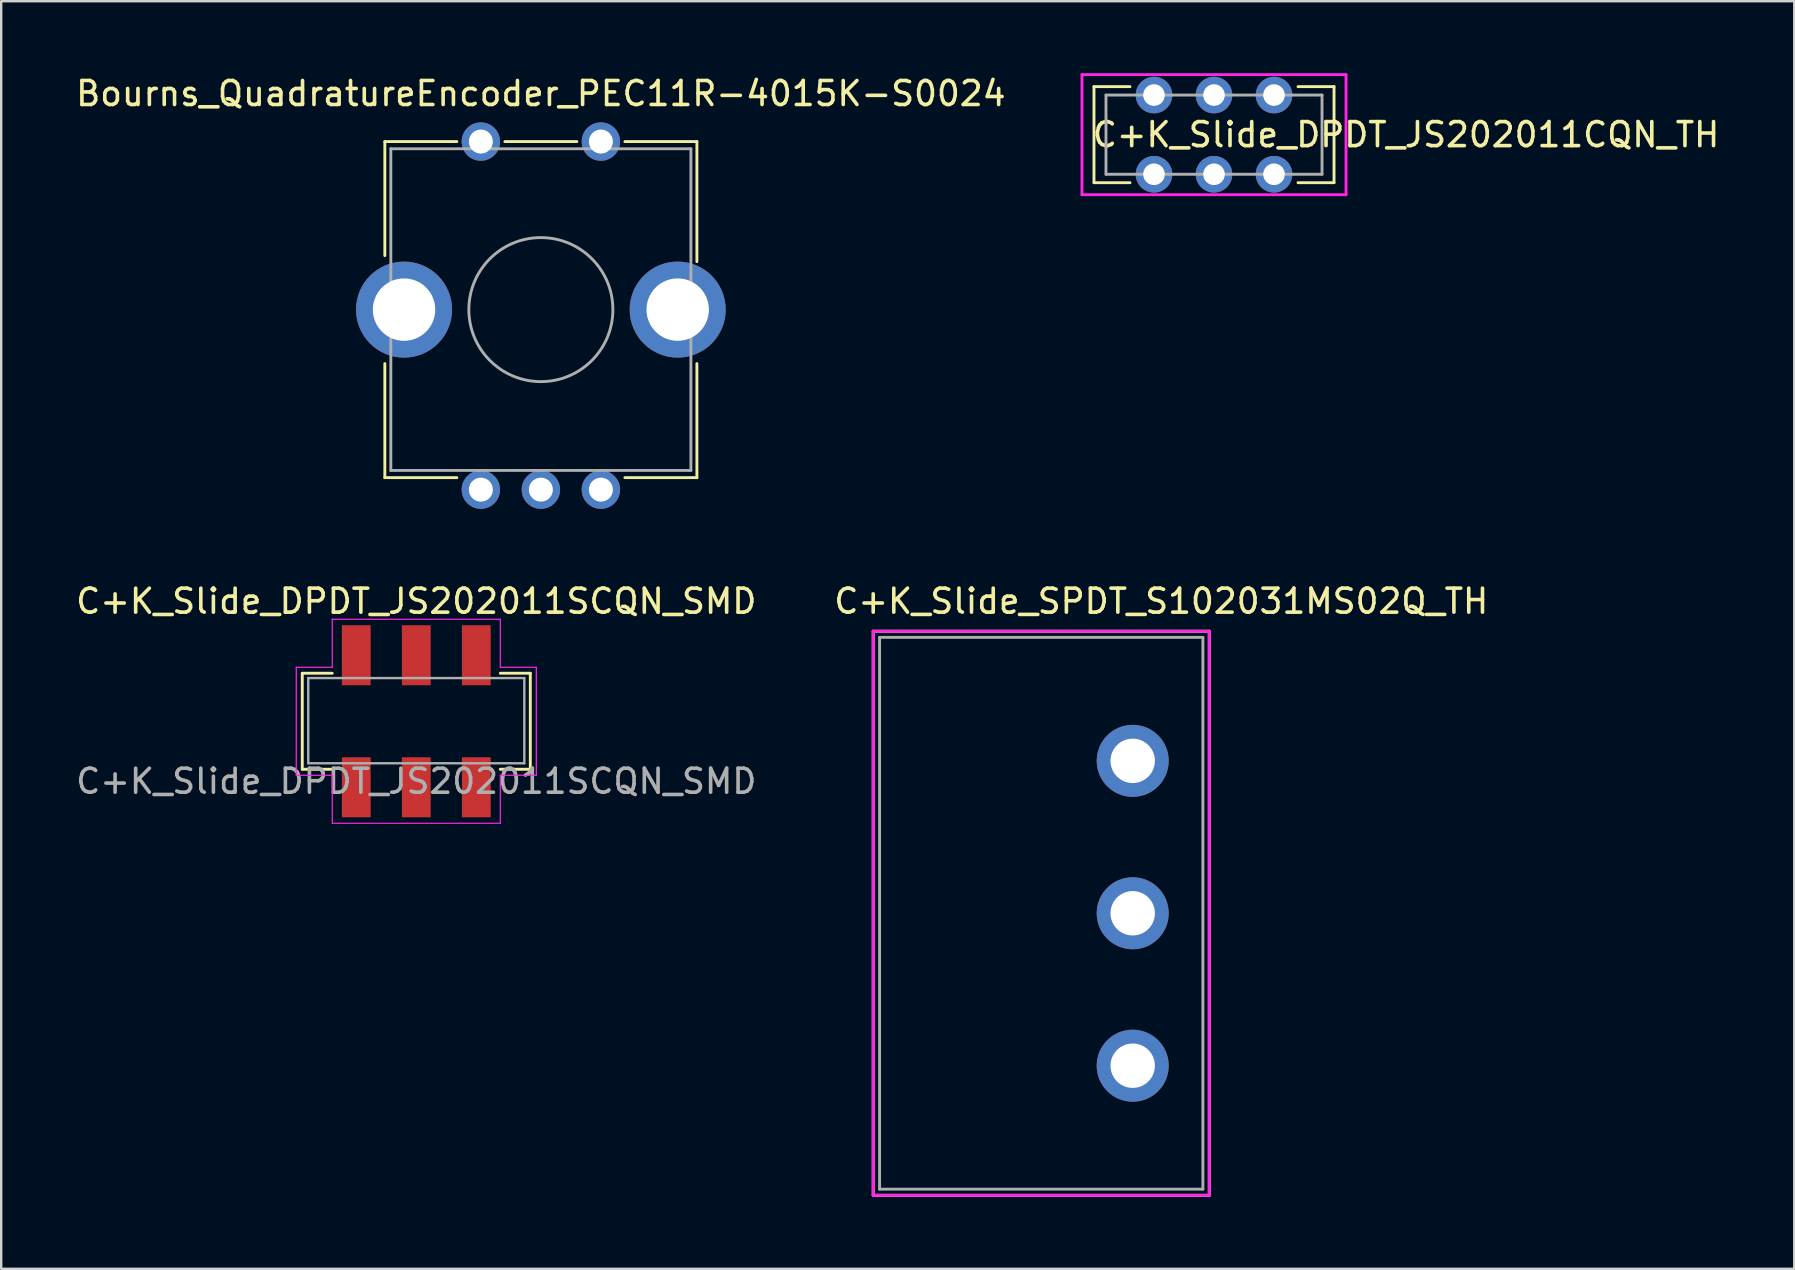
<source format=kicad_pcb>
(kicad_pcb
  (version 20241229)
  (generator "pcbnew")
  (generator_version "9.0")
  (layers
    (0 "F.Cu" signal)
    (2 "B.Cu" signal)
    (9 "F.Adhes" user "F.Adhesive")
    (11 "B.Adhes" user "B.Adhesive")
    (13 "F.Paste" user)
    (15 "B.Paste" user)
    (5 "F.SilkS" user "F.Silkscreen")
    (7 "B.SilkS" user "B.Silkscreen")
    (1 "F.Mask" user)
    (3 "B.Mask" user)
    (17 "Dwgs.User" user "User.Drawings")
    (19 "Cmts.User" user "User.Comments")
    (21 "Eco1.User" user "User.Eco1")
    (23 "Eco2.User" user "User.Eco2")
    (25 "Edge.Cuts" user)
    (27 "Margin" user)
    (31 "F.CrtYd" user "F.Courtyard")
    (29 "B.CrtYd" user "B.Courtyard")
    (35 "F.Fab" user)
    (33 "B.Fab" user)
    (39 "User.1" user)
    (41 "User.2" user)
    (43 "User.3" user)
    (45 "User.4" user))
  (footprint "C+K_Slide_SPDT_S102031MS02Q_TH"
    (layer "F.Cu")
    (at 40.327 34.996)
    (property "Reference" "C+K_Slide_SPDT_S102031MS02Q_TH" (at 5 -13 0) (layer "F.SilkS") (effects (font (size 1 1) (thickness 0.15))))
    (attr through_hole)
    (fp_line (start -7 -11.75) (end -7 11.75) (stroke (width 0.12) (type solid)) (layer "F.SilkS"))
    (fp_line (start -7 11.75) (end 7 11.75) (stroke (width 0.12) (type solid)) (layer "F.SilkS"))
    (fp_line (start 7 -11.75) (end -7 -11.75) (stroke (width 0.12) (type solid)) (layer "F.SilkS"))
    (fp_line (start 7 11.75) (end 7 -11.75) (stroke (width 0.12) (type solid)) (layer "F.SilkS"))
    (fp_line (start -7 -11.75) (end 7 -11.75) (stroke (width 0.12) (type solid)) (layer "F.CrtYd"))
    (fp_line (start -7 11.75) (end -7 -11.75) (stroke (width 0.12) (type solid)) (layer "F.CrtYd"))
    (fp_line (start 7 -11.75) (end 7 11.75) (stroke (width 0.12) (type solid)) (layer "F.CrtYd"))
    (fp_line (start 7 11.75) (end -7 11.75) (stroke (width 0.12) (type solid)) (layer "F.CrtYd"))
    (fp_line (start -6.734 -11.493) (end -6.734 11.493) (stroke (width 0.12) (type solid)) (layer "F.Fab"))
    (fp_line (start -6.734 11.493) (end 6.734 11.493) (stroke (width 0.12) (type solid)) (layer "F.Fab"))
    (fp_line (start 6.734 -11.493) (end -6.734 -11.493) (stroke (width 0.12) (type solid)) (layer "F.Fab"))
    (fp_line (start 6.734 11.493) (end 6.734 -11.493) (stroke (width 0.12) (type solid)) (layer "F.Fab"))
    (pad "1" thru_hole circle (at 3.81 -6.35) (size 3 3) (drill 1.85) (layers "*.Cu" "*.Mask"))
    (pad "2" thru_hole circle (at 3.81 0) (size 3 3) (drill 1.85) (layers "*.Cu" "*.Mask"))
    (pad "3" thru_hole circle (at 3.81 6.35) (size 3 3) (drill 1.85) (layers "*.Cu" "*.Mask")))
  (footprint "C+K_Slide_DPDT_JS202011CQN_TH"
    (layer "F.Cu")
    (at 47.524 2.56)
    (property "Reference" "C+K_Slide_DPDT_JS202011CQN_TH" (at 8 0 0) (layer "F.SilkS") (effects (font (size 1 1) (thickness 0.15))))
    (attr through_hole)
    (fp_line (start -5 -2) (end -5 2) (stroke (width 0.12) (type solid)) (layer "F.SilkS"))
    (fp_line (start -5 2) (end -3.5 2) (stroke (width 0.12) (type solid)) (layer "F.SilkS"))
    (fp_line (start -3.5 -2) (end -5 -2) (stroke (width 0.12) (type solid)) (layer "F.SilkS"))
    (fp_line (start 3.5 -2) (end 5 -2) (stroke (width 0.12) (type solid)) (layer "F.SilkS"))
    (fp_line (start 5 -2) (end 5 2) (stroke (width 0.12) (type solid)) (layer "F.SilkS"))
    (fp_line (start 5 2) (end 3.5 2) (stroke (width 0.12) (type solid)) (layer "F.SilkS"))
    (fp_line (start -5.5 -2.5) (end 5.5 -2.5) (stroke (width 0.12) (type solid)) (layer "F.CrtYd"))
    (fp_line (start -5.5 2.5) (end -5.5 -2.5) (stroke (width 0.12) (type solid)) (layer "F.CrtYd"))
    (fp_line (start 5.5 -2.5) (end 5.5 2.5) (stroke (width 0.12) (type solid)) (layer "F.CrtYd"))
    (fp_line (start 5.5 2.5) (end -5.5 2.5) (stroke (width 0.12) (type solid)) (layer "F.CrtYd"))
    (fp_line (start -4.5 -1.65) (end 4.5 -1.65) (stroke (width 0.12) (type solid)) (layer "F.Fab"))
    (fp_line (start -4.5 1.65) (end -4.5 -1.65) (stroke (width 0.12) (type solid)) (layer "F.Fab"))
    (fp_line (start 4.5 -1.65) (end 4.5 1.65) (stroke (width 0.12) (type solid)) (layer "F.Fab"))
    (fp_line (start 4.5 1.65) (end -4.5 1.65) (stroke (width 0.12) (type solid)) (layer "F.Fab"))
    (pad "1" thru_hole circle (at -2.5 1.65) (size 1.524 1.524) (drill 0.9) (layers "*.Cu" "*.Mask"))
    (pad "2" thru_hole circle (at 0 1.65) (size 1.524 1.524) (drill 0.9) (layers "*.Cu" "*.Mask"))
    (pad "3" thru_hole circle (at 2.5 1.65) (size 1.524 1.524) (drill 0.9) (layers "*.Cu" "*.Mask"))
    (pad "4" thru_hole circle (at -2.5 -1.65) (size 1.524 1.524) (drill 0.9) (layers "*.Cu" "*.Mask"))
    (pad "5" thru_hole circle (at 0 -1.65) (size 1.524 1.524) (drill 0.9) (layers "*.Cu" "*.Mask"))
    (pad "6" thru_hole circle (at 2.5 -1.65) (size 1.524 1.524) (drill 0.9) (layers "*.Cu" "*.Mask")))
  (footprint "C+K_Slide_DPDT_JS202011SCQN_SMD"
    (layer "F.Cu")
    (at 14.292 26.997)
    (property "Reference" "C+K_Slide_DPDT_JS202011SCQN_SMD" (at 0 -5 0) (unlocked yes) (layer "F.SilkS") (effects (font (size 1 1) (thickness 0.15))))
    (attr smd)
    (fp_line (start -4.75 -2) (end -4.75 2) (stroke (width 0.12) (type default)) (layer "F.SilkS"))
    (fp_line (start -4.75 2) (end -3.5 2) (stroke (width 0.12) (type default)) (layer "F.SilkS"))
    (fp_line (start -3.5 -2) (end -4.75 -2) (stroke (width 0.12) (type default)) (layer "F.SilkS"))
    (fp_line (start 3.5 -2) (end 4.75 -2) (stroke (width 0.12) (type default)) (layer "F.SilkS"))
    (fp_line (start 4.75 -2) (end 4.75 2) (stroke (width 0.12) (type default)) (layer "F.SilkS"))
    (fp_line (start 4.75 2) (end 3.5 2) (stroke (width 0.12) (type default)) (layer "F.SilkS"))
    (fp_line (start -5 -2.25) (end -3.5 -2.25) (stroke (width 0.05) (type default)) (layer "F.CrtYd"))
    (fp_line (start -5 2.25) (end -5 -2.25) (stroke (width 0.05) (type default)) (layer "F.CrtYd"))
    (fp_line (start -3.5 -4.25) (end 3.5 -4.25) (stroke (width 0.05) (type default)) (layer "F.CrtYd"))
    (fp_line (start -3.5 -2.25) (end -3.5 -4.25) (stroke (width 0.05) (type default)) (layer "F.CrtYd"))
    (fp_line (start -3.5 2.25) (end -5 2.25) (stroke (width 0.05) (type default)) (layer "F.CrtYd"))
    (fp_line (start -3.5 4.25) (end -3.5 2.25) (stroke (width 0.05) (type default)) (layer "F.CrtYd"))
    (fp_line (start 3.5 -4.25) (end 3.5 -2.25) (stroke (width 0.05) (type default)) (layer "F.CrtYd"))
    (fp_line (start 3.5 -2.25) (end 5 -2.25) (stroke (width 0.05) (type default)) (layer "F.CrtYd"))
    (fp_line (start 3.5 2.25) (end 3.5 4.25) (stroke (width 0.05) (type default)) (layer "F.CrtYd"))
    (fp_line (start 3.5 4.25) (end -3.5 4.25) (stroke (width 0.05) (type default)) (layer "F.CrtYd"))
    (fp_line (start 5 -2.25) (end 5 2.25) (stroke (width 0.05) (type default)) (layer "F.CrtYd"))
    (fp_line (start 5 2.25) (end 3.5 2.25) (stroke (width 0.05) (type default)) (layer "F.CrtYd"))
    (fp_line (start -4.5 -1.8) (end -4.5 1.75) (stroke (width 0.1) (type default)) (layer "F.Fab"))
    (fp_line (start -4.5 -1.8) (end 4.5 -1.8) (stroke (width 0.1) (type default)) (layer "F.Fab"))
    (fp_line (start -4.5 1.75) (end 4.5 1.75) (stroke (width 0.1) (type default)) (layer "F.Fab"))
    (fp_line (start 4.5 -1.8) (end 4.5 1.75) (stroke (width 0.1) (type default)) (layer "F.Fab"))
    (fp_text user "${REFERENCE}" (at 0 2.5 0) (unlocked yes) (layer "F.Fab") (effects (font (size 1 1) (thickness 0.15))))
    (pad "1" smd rect (at -2.5 2.75) (size 1.2 2.5) (layers "F.Cu" "F.Mask" "F.Paste"))
    (pad "2" smd rect (at 0 2.75) (size 1.2 2.5) (layers "F.Cu" "F.Mask" "F.Paste"))
    (pad "3" smd rect (at 2.5 2.75) (size 1.2 2.5) (layers "F.Cu" "F.Mask" "F.Paste"))
    (pad "4" smd rect (at -2.5 -2.75) (size 1.2 2.5) (layers "F.Cu" "F.Mask" "F.Paste"))
    (pad "5" smd rect (at 0 -2.75) (size 1.2 2.5) (layers "F.Cu" "F.Mask" "F.Paste"))
    (pad "6" smd rect (at 2.5 -2.75) (size 1.2 2.5) (layers "F.Cu" "F.Mask" "F.Paste")))
  (footprint "Bourns_QuadratureEncoder_PEC11R-4015K-S0024"
    (layer "F.Cu")
    (at 19.482 9.848)
    (property "Reference" "Bourns_QuadratureEncoder_PEC11R-4015K-S0024" (at 0 -9 0) (layer "F.SilkS") (effects (font (size 1 1) (thickness 0.15))))
    (attr through_hole)
    (fp_line (start -6.5 -7) (end -3.5 -7) (stroke (width 0.12) (type solid)) (layer "F.SilkS"))
    (fp_line (start -6.5 -2.25) (end -6.5 -7) (stroke (width 0.12) (type solid)) (layer "F.SilkS"))
    (fp_line (start -6.5 2.25) (end -6.5 7) (stroke (width 0.12) (type solid)) (layer "F.SilkS"))
    (fp_line (start -6.5 7) (end -3.5 7) (stroke (width 0.12) (type solid)) (layer "F.SilkS"))
    (fp_line (start -1.5 -7) (end 1.5 -7) (stroke (width 0.12) (type solid)) (layer "F.SilkS"))
    (fp_line (start 3.5 -7) (end 6.5 -7) (stroke (width 0.12) (type solid)) (layer "F.SilkS"))
    (fp_line (start 3.5 7) (end 6.5 7) (stroke (width 0.12) (type solid)) (layer "F.SilkS"))
    (fp_line (start 6.5 -7) (end 6.5 -2) (stroke (width 0.12) (type solid)) (layer "F.SilkS"))
    (fp_line (start 6.5 7) (end 6.5 2.25) (stroke (width 0.12) (type solid)) (layer "F.SilkS"))
    (fp_line (start -6.25 -6.7) (end 6.25 -6.7) (stroke (width 0.12) (type solid)) (layer "F.Fab"))
    (fp_line (start -6.25 6.7) (end -6.25 -6.7) (stroke (width 0.12) (type solid)) (layer "F.Fab"))
    (fp_line (start 6.25 -6.7) (end 6.25 6.7) (stroke (width 0.12) (type solid)) (layer "F.Fab"))
    (fp_line (start 6.25 6.7) (end -6.25 6.7) (stroke (width 0.12) (type solid)) (layer "F.Fab"))
    (fp_circle (center 0 0) (end 3 0) (stroke (width 0.12) (type solid)) (fill no) (layer "F.Fab"))
    (pad "A" thru_hole circle (at -2.5 7.5) (size 1.6 1.6) (drill 1) (layers "*.Cu" "*.Mask"))
    (pad "B" thru_hole circle (at 2.5 7.5) (size 1.6 1.6) (drill 1) (layers "*.Cu" "*.Mask"))
    (pad "C" thru_hole circle (at -5.7 0) (size 4 4) (drill 2.6) (layers "*.Cu" "*.Mask"))
    (pad "C" thru_hole circle (at 0 7.5) (size 1.6 1.6) (drill 1) (layers "*.Cu" "*.Mask"))
    (pad "C" thru_hole circle (at 5.7 0) (size 4 4) (drill 2.6) (layers "*.Cu" "*.Mask"))
    (pad "S1" thru_hole circle (at -2.5 -7) (size 1.6 1.6) (drill 1) (layers "*.Cu" "*.Mask"))
    (pad "S2" thru_hole circle (at 2.5 -7) (size 1.6 1.6) (drill 1) (layers "*.Cu" "*.Mask")))
  (gr_rect
    (start -3 -3)
    (end 71.697 49.806)
    (stroke (width 0.1) (type default))
    (fill no)
    (layer "Edge.Cuts")))
</source>
